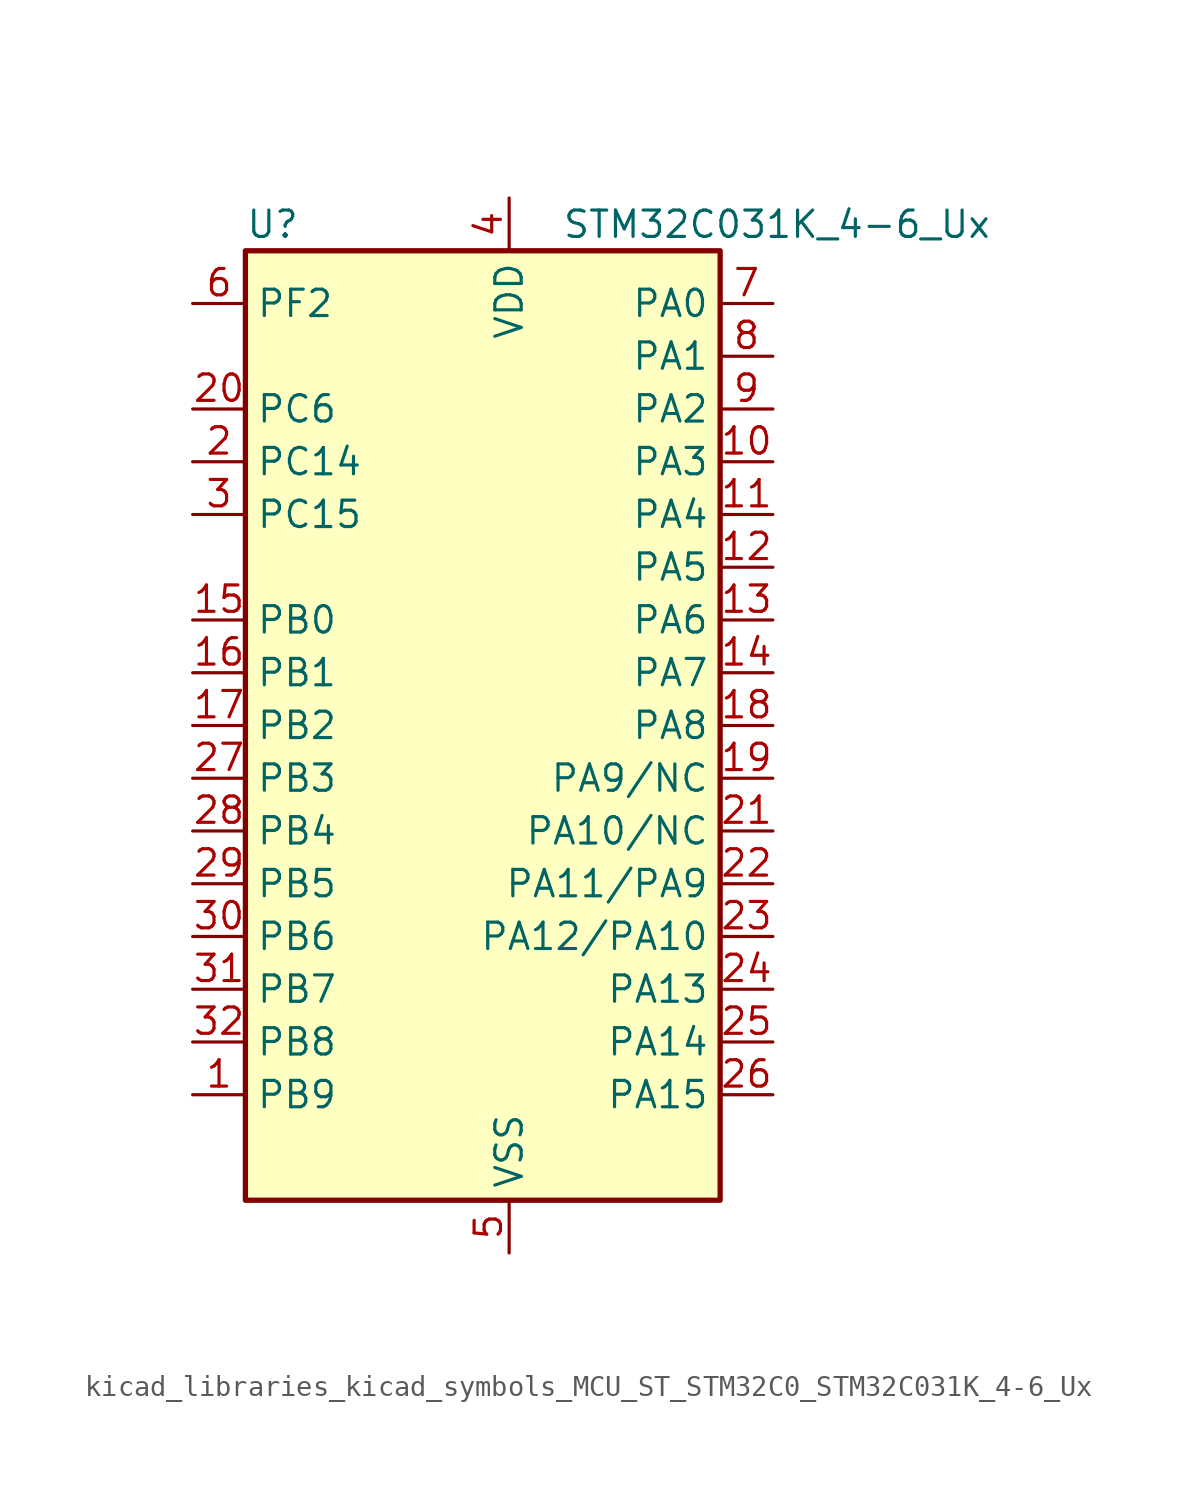
<source format=kicad_sym>
(kicad_symbol_lib
  (version 20220914)
  (generator kicad_symbol_editor)
  (symbol "kicad_libraries_kicad_symbols_MCU_ST_STM32C0_STM32C031K_4-6_Ux"
    (property "Reference" "U"
      (at -10.16 24.13 0)
      (effects (font (size 1.27 1.27)) (justify left)))
    (property "Value" "STM32C031K_4-6_Ux"
      (at 5.08 24.13 0)
      (effects (font (size 1.27 1.27)) (justify left)))
    (property "ki_locked" ""
      (at 0 0 0)
      (effects (font (size 1.27 1.27))))
    (symbol "kicad_libraries_kicad_symbols_MCU_ST_STM32C0_STM32C031K_4-6_Ux_0_1"
      (rectangle (start -10.16 -22.86) (end 12.7 22.86) (stroke (width 0.254) (type default)) (fill (type background))))
    (symbol "kicad_libraries_kicad_symbols_MCU_ST_STM32C0_STM32C031K_4-6_Ux_1_1"
      (pin bidirectional line (at -12.7 -17.78 0) (length 2.54) (name "PB9" (effects (font (size 1.27 1.27)))) (number "1" (effects (font (size 1.27 1.27)))) (alternate "I2C1_SDA" bidirectional line) (alternate "IR_OUT" bidirectional line) (alternate "TIM17_CH1" bidirectional line) (alternate "TIM3_CH2" bidirectional line) (alternate "USART2_CK" bidirectional line) (alternate "USART2_DE" bidirectional line) (alternate "USART2_RTS" bidirectional line))
      (pin bidirectional line (at 15.24 12.7 180) (length 2.54) (name "PA3" (effects (font (size 1.27 1.27)))) (number "10" (effects (font (size 1.27 1.27)))) (alternate "ADC1_IN3" bidirectional line) (alternate "TIM1_CH1N" bidirectional line) (alternate "TIM1_CH4" bidirectional line) (alternate "USART2_RX" bidirectional line))
      (pin bidirectional line (at 15.24 10.16 180) (length 2.54) (name "PA4" (effects (font (size 1.27 1.27)))) (number "11" (effects (font (size 1.27 1.27)))) (alternate "ADC1_IN4" bidirectional line) (alternate "I2S1_WS" bidirectional line) (alternate "PWR_WKUP2" bidirectional line) (alternate "RTC_OUT1" bidirectional line) (alternate "RTC_TS" bidirectional line) (alternate "SPI1_NSS" bidirectional line) (alternate "TIM14_CH1" bidirectional line) (alternate "TIM17_CH1N" bidirectional line) (alternate "TIM1_CH2N" bidirectional line) (alternate "USART2_TX" bidirectional line))
      (pin bidirectional line (at 15.24 7.62 180) (length 2.54) (name "PA5" (effects (font (size 1.27 1.27)))) (number "12" (effects (font (size 1.27 1.27)))) (alternate "ADC1_IN5" bidirectional line) (alternate "I2S1_CK" bidirectional line) (alternate "SPI1_SCK" bidirectional line) (alternate "TIM1_CH1" bidirectional line) (alternate "TIM1_CH3N" bidirectional line) (alternate "USART2_RX" bidirectional line))
      (pin bidirectional line (at 15.24 5.08 180) (length 2.54) (name "PA6" (effects (font (size 1.27 1.27)))) (number "13" (effects (font (size 1.27 1.27)))) (alternate "ADC1_IN6" bidirectional line) (alternate "I2S1_MCK" bidirectional line) (alternate "SPI1_MISO" bidirectional line) (alternate "TIM16_CH1" bidirectional line) (alternate "TIM1_BKIN" bidirectional line) (alternate "TIM3_CH1" bidirectional line))
      (pin bidirectional line (at 15.24 2.54 180) (length 2.54) (name "PA7" (effects (font (size 1.27 1.27)))) (number "14" (effects (font (size 1.27 1.27)))) (alternate "ADC1_IN7" bidirectional line) (alternate "I2S1_SD" bidirectional line) (alternate "SPI1_MOSI" bidirectional line) (alternate "TIM14_CH1" bidirectional line) (alternate "TIM17_CH1" bidirectional line) (alternate "TIM1_CH1N" bidirectional line) (alternate "TIM3_CH2" bidirectional line))
      (pin bidirectional line (at -12.7 5.08 0) (length 2.54) (name "PB0" (effects (font (size 1.27 1.27)))) (number "15" (effects (font (size 1.27 1.27)))) (alternate "ADC1_IN17" bidirectional line) (alternate "I2S1_WS" bidirectional line) (alternate "SPI1_NSS" bidirectional line) (alternate "TIM1_CH2N" bidirectional line) (alternate "TIM3_CH3" bidirectional line))
      (pin bidirectional line (at -12.7 2.54 0) (length 2.54) (name "PB1" (effects (font (size 1.27 1.27)))) (number "16" (effects (font (size 1.27 1.27)))) (alternate "ADC1_IN18" bidirectional line) (alternate "TIM14_CH1" bidirectional line) (alternate "TIM1_CH2N" bidirectional line) (alternate "TIM1_CH3N" bidirectional line) (alternate "TIM3_CH4" bidirectional line))
      (pin bidirectional line (at -12.7 0 0) (length 2.54) (name "PB2" (effects (font (size 1.27 1.27)))) (number "17" (effects (font (size 1.27 1.27)))) (alternate "ADC1_IN19" bidirectional line) (alternate "RCC_MCO_2" bidirectional line) (alternate "USART1_RX" bidirectional line))
      (pin bidirectional line (at 15.24 0 180) (length 2.54) (name "PA8" (effects (font (size 1.27 1.27)))) (number "18" (effects (font (size 1.27 1.27)))) (alternate "ADC1_IN8" bidirectional line) (alternate "I2S1_WS" bidirectional line) (alternate "RCC_MCO" bidirectional line) (alternate "RCC_MCO_2" bidirectional line) (alternate "SPI1_NSS" bidirectional line) (alternate "TIM14_CH1" bidirectional line) (alternate "TIM1_CH1" bidirectional line) (alternate "TIM1_CH2N" bidirectional line) (alternate "TIM1_CH3N" bidirectional line) (alternate "TIM3_CH3" bidirectional line) (alternate "TIM3_CH4" bidirectional line) (alternate "USART1_RX" bidirectional line) (alternate "USART2_TX" bidirectional line))
      (pin bidirectional line (at 15.24 -2.54 180) (length 2.54) (name "PA9/NC" (effects (font (size 1.27 1.27)))) (number "19" (effects (font (size 1.27 1.27)))) (alternate "I2C1_SCL" bidirectional line) (alternate "RCC_MCO" bidirectional line) (alternate "TIM1_CH2" bidirectional line) (alternate "TIM3_ETR" bidirectional line) (alternate "USART1_TX" bidirectional line))
      (pin bidirectional line (at -12.7 12.7 0) (length 2.54) (name "PC14" (effects (font (size 1.27 1.27)))) (number "2" (effects (font (size 1.27 1.27)))) (alternate "I2C1_SDA" bidirectional line) (alternate "IR_OUT" bidirectional line) (alternate "RCC_OSCX_IN" bidirectional line) (alternate "TIM17_CH1" bidirectional line) (alternate "TIM1_BKIN2" bidirectional line) (alternate "TIM1_ETR" bidirectional line) (alternate "TIM3_CH2" bidirectional line) (alternate "USART1_TX" bidirectional line) (alternate "USART2_CK" bidirectional line) (alternate "USART2_DE" bidirectional line) (alternate "USART2_RTS" bidirectional line))
      (pin bidirectional line (at -12.7 15.24 0) (length 2.54) (name "PC6" (effects (font (size 1.27 1.27)))) (number "20" (effects (font (size 1.27 1.27)))) (alternate "TIM3_CH1" bidirectional line))
      (pin bidirectional line (at 15.24 -5.08 180) (length 2.54) (name "PA10/NC" (effects (font (size 1.27 1.27)))) (number "21" (effects (font (size 1.27 1.27)))) (alternate "I2C1_SDA" bidirectional line) (alternate "RCC_MCO_2" bidirectional line) (alternate "TIM17_BKIN" bidirectional line) (alternate "TIM1_CH3" bidirectional line) (alternate "USART1_RX" bidirectional line))
      (pin bidirectional line (at 15.24 -7.62 180) (length 2.54) (name "PA11/PA9" (effects (font (size 1.27 1.27)))) (number "22" (effects (font (size 1.27 1.27)))) (alternate "ADC1_EXTI11" bidirectional line) (alternate "ADC1_IN11" bidirectional line) (alternate "I2S1_MCK" bidirectional line) (alternate "SPI1_MISO" bidirectional line) (alternate "TIM1_BKIN2" bidirectional line) (alternate "TIM1_CH4" bidirectional line) (alternate "USART1_CTS" bidirectional line) (alternate "USART1_NSS" bidirectional line))
      (pin bidirectional line (at 15.24 -10.16 180) (length 2.54) (name "PA12/PA10" (effects (font (size 1.27 1.27)))) (number "23" (effects (font (size 1.27 1.27)))) (alternate "ADC1_IN12" bidirectional line) (alternate "I2S1_SD" bidirectional line) (alternate "I2S_CKIN" bidirectional line) (alternate "SPI1_MOSI" bidirectional line) (alternate "TIM1_ETR" bidirectional line) (alternate "USART1_CK" bidirectional line) (alternate "USART1_DE" bidirectional line) (alternate "USART1_RTS" bidirectional line))
      (pin bidirectional line (at 15.24 -12.7 180) (length 2.54) (name "PA13" (effects (font (size 1.27 1.27)))) (number "24" (effects (font (size 1.27 1.27)))) (alternate "ADC1_IN13" bidirectional line) (alternate "DEBUG_SWDIO" bidirectional line) (alternate "IR_OUT" bidirectional line) (alternate "TIM3_ETR" bidirectional line) (alternate "USART2_RX" bidirectional line))
      (pin bidirectional line (at 15.24 -15.24 180) (length 2.54) (name "PA14" (effects (font (size 1.27 1.27)))) (number "25" (effects (font (size 1.27 1.27)))) (alternate "ADC1_IN14" bidirectional line) (alternate "DEBUG_SWCLK" bidirectional line) (alternate "I2S1_WS" bidirectional line) (alternate "RCC_MCO_2" bidirectional line) (alternate "SPI1_NSS" bidirectional line) (alternate "TIM1_CH1" bidirectional line) (alternate "USART1_CK" bidirectional line) (alternate "USART1_DE" bidirectional line) (alternate "USART1_RTS" bidirectional line) (alternate "USART2_RX" bidirectional line) (alternate "USART2_TX" bidirectional line))
      (pin bidirectional line (at 15.24 -17.78 180) (length 2.54) (name "PA15" (effects (font (size 1.27 1.27)))) (number "26" (effects (font (size 1.27 1.27)))) (alternate "I2S1_WS" bidirectional line) (alternate "RCC_MCO_2" bidirectional line) (alternate "SPI1_NSS" bidirectional line) (alternate "TIM1_CH1" bidirectional line) (alternate "USART1_CK" bidirectional line) (alternate "USART1_DE" bidirectional line) (alternate "USART1_RTS" bidirectional line) (alternate "USART2_RX" bidirectional line))
      (pin bidirectional line (at -12.7 -2.54 0) (length 2.54) (name "PB3" (effects (font (size 1.27 1.27)))) (number "27" (effects (font (size 1.27 1.27)))) (alternate "I2S1_CK" bidirectional line) (alternate "SPI1_SCK" bidirectional line) (alternate "TIM1_CH2" bidirectional line) (alternate "TIM3_CH2" bidirectional line) (alternate "USART1_CK" bidirectional line) (alternate "USART1_DE" bidirectional line) (alternate "USART1_RTS" bidirectional line))
      (pin bidirectional line (at -12.7 -5.08 0) (length 2.54) (name "PB4" (effects (font (size 1.27 1.27)))) (number "28" (effects (font (size 1.27 1.27)))) (alternate "I2S1_MCK" bidirectional line) (alternate "SPI1_MISO" bidirectional line) (alternate "TIM17_BKIN" bidirectional line) (alternate "TIM3_CH1" bidirectional line) (alternate "USART1_CTS" bidirectional line) (alternate "USART1_NSS" bidirectional line))
      (pin bidirectional line (at -12.7 -7.62 0) (length 2.54) (name "PB5" (effects (font (size 1.27 1.27)))) (number "29" (effects (font (size 1.27 1.27)))) (alternate "I2C1_SMBA" bidirectional line) (alternate "I2S1_SD" bidirectional line) (alternate "PWR_WKUP6" bidirectional line) (alternate "SPI1_MOSI" bidirectional line) (alternate "TIM16_BKIN" bidirectional line) (alternate "TIM3_CH2" bidirectional line) (alternate "TIM3_CH3" bidirectional line))
      (pin bidirectional line (at -12.7 10.16 0) (length 2.54) (name "PC15" (effects (font (size 1.27 1.27)))) (number "3" (effects (font (size 1.27 1.27)))) (alternate "RCC_OSC32_EN" bidirectional line) (alternate "RCC_OSCX_OUT" bidirectional line) (alternate "RCC_OSC_EN" bidirectional line) (alternate "TIM1_ETR" bidirectional line) (alternate "TIM3_CH3" bidirectional line))
      (pin bidirectional line (at -12.7 -10.16 0) (length 2.54) (name "PB6" (effects (font (size 1.27 1.27)))) (number "30" (effects (font (size 1.27 1.27)))) (alternate "I2C1_SCL" bidirectional line) (alternate "I2C1_SMBA" bidirectional line) (alternate "I2S1_CK" bidirectional line) (alternate "I2S1_MCK" bidirectional line) (alternate "I2S1_SD" bidirectional line) (alternate "PWR_WKUP3" bidirectional line) (alternate "SPI1_MISO" bidirectional line) (alternate "SPI1_MOSI" bidirectional line) (alternate "SPI1_SCK" bidirectional line) (alternate "TIM16_BKIN" bidirectional line) (alternate "TIM16_CH1N" bidirectional line) (alternate "TIM17_BKIN" bidirectional line) (alternate "TIM1_CH2" bidirectional line) (alternate "TIM1_CH3" bidirectional line) (alternate "TIM3_CH1" bidirectional line) (alternate "TIM3_CH2" bidirectional line) (alternate "TIM3_CH3" bidirectional line) (alternate "USART1_CK" bidirectional line) (alternate "USART1_CTS" bidirectional line) (alternate "USART1_DE" bidirectional line) (alternate "USART1_NSS" bidirectional line) (alternate "USART1_RTS" bidirectional line) (alternate "USART1_TX" bidirectional line))
      (pin bidirectional line (at -12.7 -12.7 0) (length 2.54) (name "PB7" (effects (font (size 1.27 1.27)))) (number "31" (effects (font (size 1.27 1.27)))) (alternate "I2C1_SCL" bidirectional line) (alternate "I2C1_SDA" bidirectional line) (alternate "RTC_REFIN" bidirectional line) (alternate "TIM16_CH1" bidirectional line) (alternate "TIM17_CH1N" bidirectional line) (alternate "TIM1_CH4" bidirectional line) (alternate "TIM3_CH1" bidirectional line) (alternate "TIM3_CH4" bidirectional line) (alternate "USART1_RX" bidirectional line) (alternate "USART2_CTS" bidirectional line) (alternate "USART2_NSS" bidirectional line))
      (pin bidirectional line (at -12.7 -15.24 0) (length 2.54) (name "PB8" (effects (font (size 1.27 1.27)))) (number "32" (effects (font (size 1.27 1.27)))) (alternate "I2C1_SCL" bidirectional line) (alternate "TIM16_CH1" bidirectional line) (alternate "TIM3_CH1" bidirectional line) (alternate "USART2_CTS" bidirectional line) (alternate "USART2_NSS" bidirectional line))
      (pin passive line (at 2.54 -25.4 90) (length 2.54) hide (name "VSS" (effects (font (size 1.27 1.27)))) (number "33" (effects (font (size 1.27 1.27)))))
      (pin power_in line (at 2.54 25.4 270) (length 2.54) (name "VDD" (effects (font (size 1.27 1.27)))) (number "4" (effects (font (size 1.27 1.27)))))
      (pin power_in line (at 2.54 -25.4 90) (length 2.54) (name "VSS" (effects (font (size 1.27 1.27)))) (number "5" (effects (font (size 1.27 1.27)))))
      (pin bidirectional line (at -12.7 20.32 0) (length 2.54) (name "PF2" (effects (font (size 1.27 1.27)))) (number "6" (effects (font (size 1.27 1.27)))) (alternate "RCC_MCO" bidirectional line) (alternate "TIM1_CH4" bidirectional line))
      (pin bidirectional line (at 15.24 20.32 180) (length 2.54) (name "PA0" (effects (font (size 1.27 1.27)))) (number "7" (effects (font (size 1.27 1.27)))) (alternate "ADC1_IN0" bidirectional line) (alternate "PWR_WKUP1" bidirectional line) (alternate "TIM16_CH1" bidirectional line) (alternate "TIM1_CH1" bidirectional line) (alternate "USART1_TX" bidirectional line) (alternate "USART2_CTS" bidirectional line) (alternate "USART2_NSS" bidirectional line))
      (pin bidirectional line (at 15.24 17.78 180) (length 2.54) (name "PA1" (effects (font (size 1.27 1.27)))) (number "8" (effects (font (size 1.27 1.27)))) (alternate "ADC1_IN1" bidirectional line) (alternate "I2C1_SMBA" bidirectional line) (alternate "I2S1_CK" bidirectional line) (alternate "SPI1_SCK" bidirectional line) (alternate "TIM17_CH1" bidirectional line) (alternate "TIM1_CH2" bidirectional line) (alternate "USART1_RX" bidirectional line) (alternate "USART2_CK" bidirectional line) (alternate "USART2_DE" bidirectional line) (alternate "USART2_RTS" bidirectional line))
      (pin bidirectional line (at 15.24 15.24 180) (length 2.54) (name "PA2" (effects (font (size 1.27 1.27)))) (number "9" (effects (font (size 1.27 1.27)))) (alternate "ADC1_IN2" bidirectional line) (alternate "I2S1_SD" bidirectional line) (alternate "PWR_WKUP4" bidirectional line) (alternate "RCC_LSCO" bidirectional line) (alternate "SPI1_MOSI" bidirectional line) (alternate "TIM16_CH1N" bidirectional line) (alternate "TIM1_CH3" bidirectional line) (alternate "TIM3_ETR" bidirectional line) (alternate "USART2_TX" bidirectional line)))))
</source>
